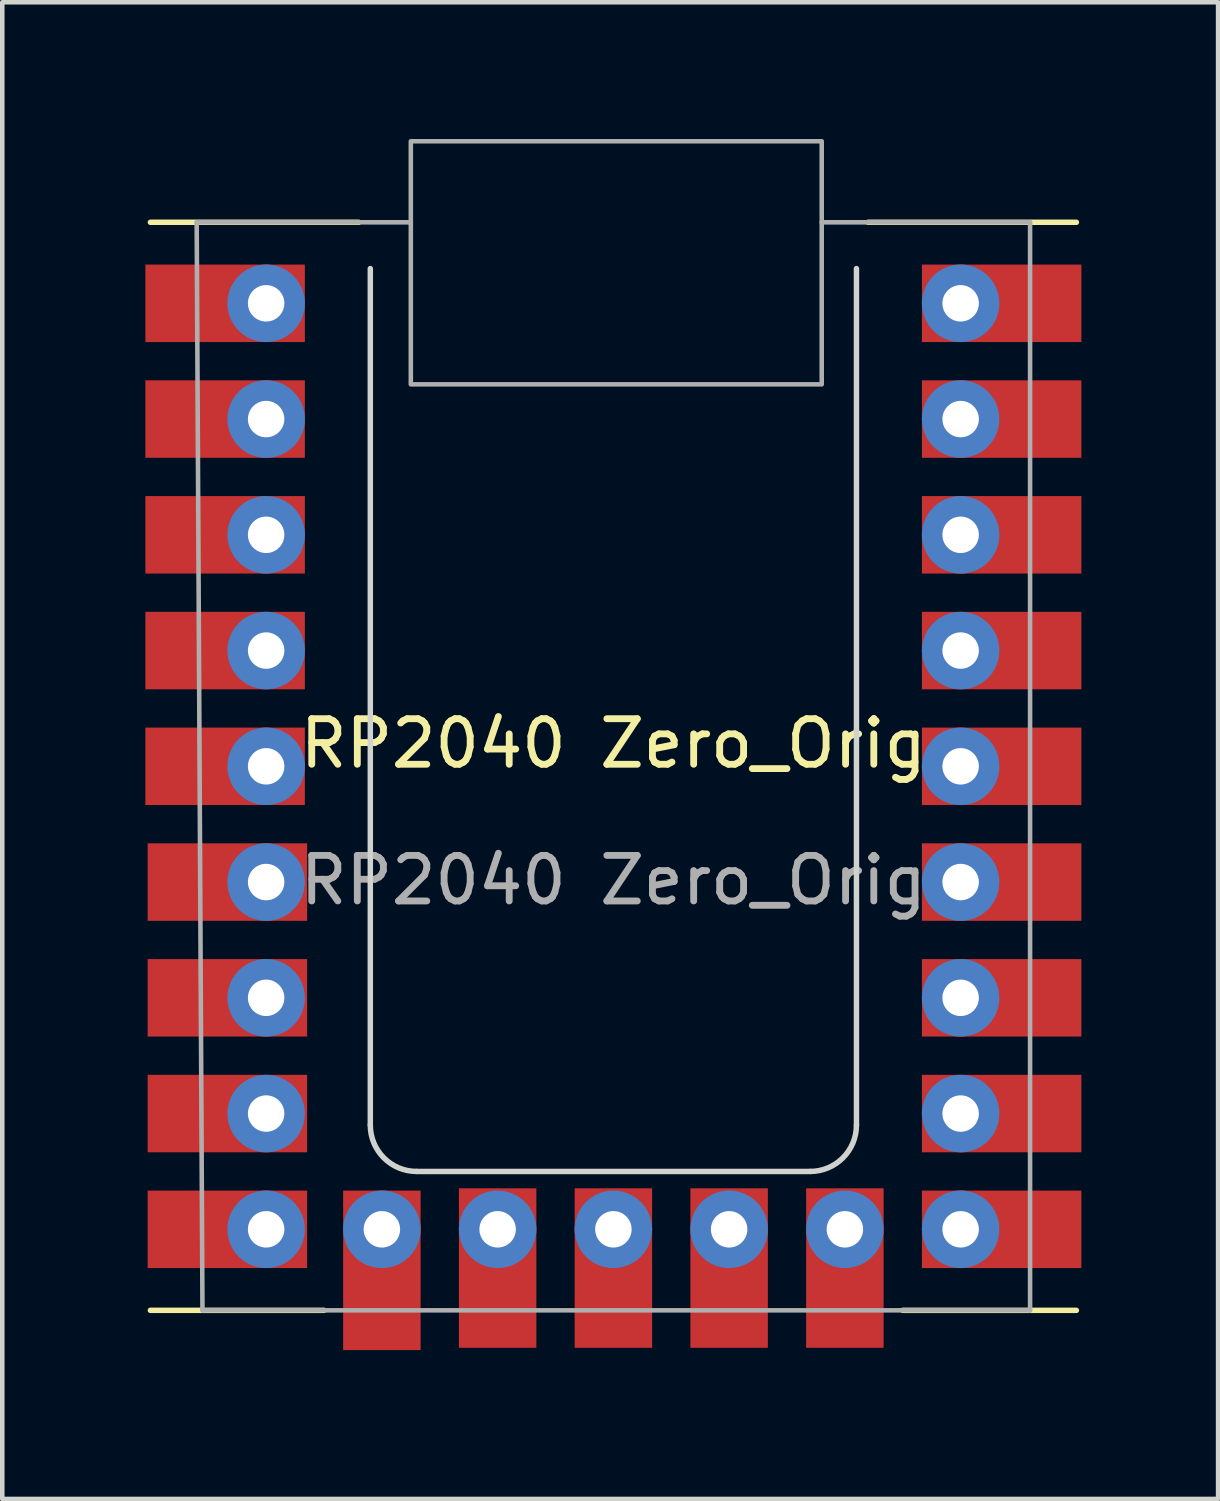
<source format=kicad_pcb>
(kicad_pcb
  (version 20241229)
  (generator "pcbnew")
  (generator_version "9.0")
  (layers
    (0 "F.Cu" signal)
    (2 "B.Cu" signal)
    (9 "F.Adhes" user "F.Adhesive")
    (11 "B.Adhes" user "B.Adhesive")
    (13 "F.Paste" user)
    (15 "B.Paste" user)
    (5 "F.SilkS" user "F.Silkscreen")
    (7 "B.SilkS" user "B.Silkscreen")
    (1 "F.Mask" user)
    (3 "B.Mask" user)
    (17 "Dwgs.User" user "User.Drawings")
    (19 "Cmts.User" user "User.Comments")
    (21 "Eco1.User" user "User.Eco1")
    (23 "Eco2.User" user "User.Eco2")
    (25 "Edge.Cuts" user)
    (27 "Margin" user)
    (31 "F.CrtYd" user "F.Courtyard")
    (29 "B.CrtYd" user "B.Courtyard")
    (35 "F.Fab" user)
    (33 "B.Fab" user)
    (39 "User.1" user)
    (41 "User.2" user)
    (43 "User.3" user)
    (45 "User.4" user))
  (footprint "RP2040 Zero_Orig"
    (layer "F.Cu")
    (at 0.25 26.593)
    (property "Reference" "RP2040 Zero_Orig" (at 10.16 -13.327 0) (unlocked yes) (layer "F.SilkS") (effects (font (size 1 1) (thickness 0.15))))
    (attr through_hole)
    (fp_line (start 0 -24.765) (end 4.572 -24.765) (stroke (width 0.12) (type default)) (layer "F.SilkS"))
    (fp_line (start 0 -0.889) (end 3.81 -0.889) (stroke (width 0.12) (type default)) (layer "F.SilkS"))
    (fp_line (start 15.748 -24.765) (end 20.32 -24.765) (stroke (width 0.12) (type default)) (layer "F.SilkS"))
    (fp_line (start 16.51 -0.889) (end 20.32 -0.889) (stroke (width 0.12) (type default)) (layer "F.SilkS"))
    (fp_line (start 4.826 -23.749) (end 4.826 -4.953) (stroke (width 0.12) (type default)) (layer "Edge.Cuts"))
    (fp_line (start 5.842 -3.937) (end 14.478 -3.937) (stroke (width 0.12) (type default)) (layer "Edge.Cuts"))
    (fp_line (start 15.494 -4.953) (end 15.494 -23.749) (stroke (width 0.12) (type default)) (layer "Edge.Cuts"))
    (fp_arc (start 5.842 -3.937) (mid 5.12358 -4.23458) (end 4.826 -4.953) (stroke (width 0.12) (type default)) (layer "Edge.Cuts"))
    (fp_arc (start 15.494 -4.953) (mid 15.19642 -4.23458) (end 14.478 -3.937) (stroke (width 0.12) (type default)) (layer "Edge.Cuts"))
    (fp_line (start 1.016 -24.765) (end 5.715 -24.765) (stroke (width 0.1) (type default)) (layer "F.Fab"))
    (fp_line (start 1.143 -0.889) (end 1.016 -24.765) (stroke (width 0.1) (type default)) (layer "F.Fab"))
    (fp_line (start 14.732 -24.765) (end 19.304 -24.765) (stroke (width 0.1) (type default)) (layer "F.Fab"))
    (fp_line (start 19.304 -24.765) (end 19.304 -0.889) (stroke (width 0.1) (type default)) (layer "F.Fab"))
    (fp_line (start 19.304 -0.889) (end 1.143 -0.889) (stroke (width 0.1) (type default)) (layer "F.Fab"))
    (fp_rect (start 5.715 -26.543) (end 14.732 -21.209) (stroke (width 0.1) (type default)) (fill no) (layer "F.Fab"))
    (fp_text user "${REFERENCE}" (at 10.16 -10.327 0) (unlocked yes) (layer "F.Fab") (effects (font (size 1 1) (thickness 0.15))))
    (pad "1" smd rect (at 1.64 -22.987) (size 3.5 1.7) (layers "F.Cu" "F.Mask"))
    (pad "1" thru_hole circle (at 2.54 -22.987) (size 1.7 1.7) (drill 0.8) (layers "*.Cu" "*.Mask"))
    (pad "2" smd rect (at 1.64 -20.447) (size 3.5 1.7) (layers "F.Cu" "F.Mask"))
    (pad "2" thru_hole circle (at 2.54 -20.447) (size 1.7 1.7) (drill 0.8) (layers "*.Cu" "*.Mask"))
    (pad "3" smd rect (at 1.64 -17.907) (size 3.5 1.7) (layers "F.Cu" "F.Mask"))
    (pad "3" thru_hole circle (at 2.54 -17.907) (size 1.7 1.7) (drill 0.8) (layers "*.Cu" "*.Mask"))
    (pad "4" smd rect (at 1.64 -15.367) (size 3.5 1.7) (layers "F.Cu" "F.Mask"))
    (pad "4" thru_hole circle (at 2.54 -15.367) (size 1.7 1.7) (drill 0.8) (layers "*.Cu" "*.Mask"))
    (pad "5" smd rect (at 1.64 -12.827) (size 3.5 1.7) (layers "F.Cu" "F.Mask"))
    (pad "5" thru_hole circle (at 2.54 -12.827) (size 1.7 1.7) (drill 0.8) (layers "*.Cu" "*.Mask"))
    (pad "6" smd rect (at 1.69 -10.287) (size 3.5 1.7) (layers "F.Cu" "F.Mask"))
    (pad "6" thru_hole circle (at 2.54 -10.287) (size 1.7 1.7) (drill 0.8) (layers "*.Cu" "*.Mask"))
    (pad "7" smd rect (at 1.69 -7.747) (size 3.5 1.7) (layers "F.Cu" "F.Mask"))
    (pad "7" thru_hole circle (at 2.54 -7.747) (size 1.7 1.7) (drill 0.8) (layers "*.Cu" "*.Mask"))
    (pad "8" smd rect (at 1.69 -5.207) (size 3.5 1.7) (layers "F.Cu" "F.Mask"))
    (pad "8" thru_hole circle (at 2.54 -5.207) (size 1.7 1.7) (drill 0.8) (layers "*.Cu" "*.Mask"))
    (pad "9" smd rect (at 1.69 -2.667) (size 3.5 1.7) (layers "F.Cu" "F.Mask"))
    (pad "9" thru_hole circle (at 2.54 -2.667) (size 1.7 1.7) (drill 0.8) (layers "*.Cu" "*.Mask"))
    (pad "10" thru_hole circle (at 17.78 -22.987) (size 1.7 1.7) (drill 0.8) (layers "*.Cu" "*.Mask"))
    (pad "10" smd rect (at 18.68 -22.987) (size 3.5 1.7) (layers "F.Cu" "F.Mask"))
    (pad "11" thru_hole circle (at 17.78 -20.447) (size 1.7 1.7) (drill 0.8) (layers "*.Cu" "*.Mask"))
    (pad "11" smd rect (at 18.68 -20.447) (size 3.5 1.7) (layers "F.Cu" "F.Mask"))
    (pad "12" thru_hole circle (at 17.78 -17.907) (size 1.7 1.7) (drill 0.8) (layers "*.Cu" "*.Mask"))
    (pad "12" smd rect (at 18.68 -17.907) (size 3.5 1.7) (layers "F.Cu" "F.Mask"))
    (pad "13" thru_hole circle (at 17.78 -15.367) (size 1.7 1.7) (drill 0.8) (layers "*.Cu" "*.Mask"))
    (pad "13" smd rect (at 18.68 -15.367) (size 3.5 1.7) (layers "F.Cu" "F.Mask"))
    (pad "14" thru_hole circle (at 17.78 -12.827) (size 1.7 1.7) (drill 0.8) (layers "*.Cu" "*.Mask"))
    (pad "14" smd rect (at 18.68 -12.827) (size 3.5 1.7) (layers "F.Cu" "F.Mask"))
    (pad "15" thru_hole circle (at 17.78 -10.287) (size 1.7 1.7) (drill 0.8) (layers "*.Cu" "*.Mask"))
    (pad "15" smd rect (at 18.68 -10.287) (size 3.5 1.7) (layers "F.Cu" "F.Mask"))
    (pad "16" thru_hole circle (at 17.78 -7.747) (size 1.7 1.7) (drill 0.8) (layers "*.Cu" "*.Mask"))
    (pad "16" smd rect (at 18.68 -7.747) (size 3.5 1.7) (layers "F.Cu" "F.Mask"))
    (pad "17" thru_hole circle (at 17.78 -5.207) (size 1.7 1.7) (drill 0.8) (layers "*.Cu" "*.Mask"))
    (pad "17" smd rect (at 18.68 -5.207) (size 3.5 1.7) (layers "F.Cu" "F.Mask"))
    (pad "18" thru_hole circle (at 17.78 -2.667) (size 1.7 1.7) (drill 0.8) (layers "*.Cu" "*.Mask"))
    (pad "18" smd rect (at 18.68 -2.667) (size 3.5 1.7) (layers "F.Cu" "F.Mask"))
    (pad "19" thru_hole circle (at 5.08 -2.667) (size 1.7 1.7) (drill 0.8) (layers "*.Cu" "*.Mask"))
    (pad "19" smd rect (at 5.08 -1.767 90) (size 3.5 1.7) (layers "F.Cu" "F.Mask"))
    (pad "20" thru_hole circle (at 7.62 -2.667) (size 1.7 1.7) (drill 0.8) (layers "*.Cu" "*.Mask"))
    (pad "20" smd rect (at 7.62 -1.817 90) (size 3.5 1.7) (layers "F.Cu" "F.Mask"))
    (pad "21" thru_hole circle (at 10.16 -2.667) (size 1.7 1.7) (drill 0.8) (layers "*.Cu" "*.Mask"))
    (pad "21" smd rect (at 10.16 -1.817 90) (size 3.5 1.7) (layers "F.Cu" "F.Mask"))
    (pad "22" thru_hole circle (at 12.7 -2.667) (size 1.7 1.7) (drill 0.8) (layers "*.Cu" "*.Mask"))
    (pad "22" smd rect (at 12.7 -1.817 90) (size 3.5 1.7) (layers "F.Cu" "F.Mask"))
    (pad "23" thru_hole circle (at 15.24 -2.667) (size 1.7 1.7) (drill 0.8) (layers "*.Cu" "*.Mask"))
    (pad "23" smd rect (at 15.24 -1.817 90) (size 3.5 1.7) (layers "F.Cu" "F.Mask")))
  (gr_rect
    (start -3 -3)
    (end 23.68 29.843)
    (stroke (width 0.1) (type default))
    (fill no)
    (layer "Edge.Cuts")))
</source>
